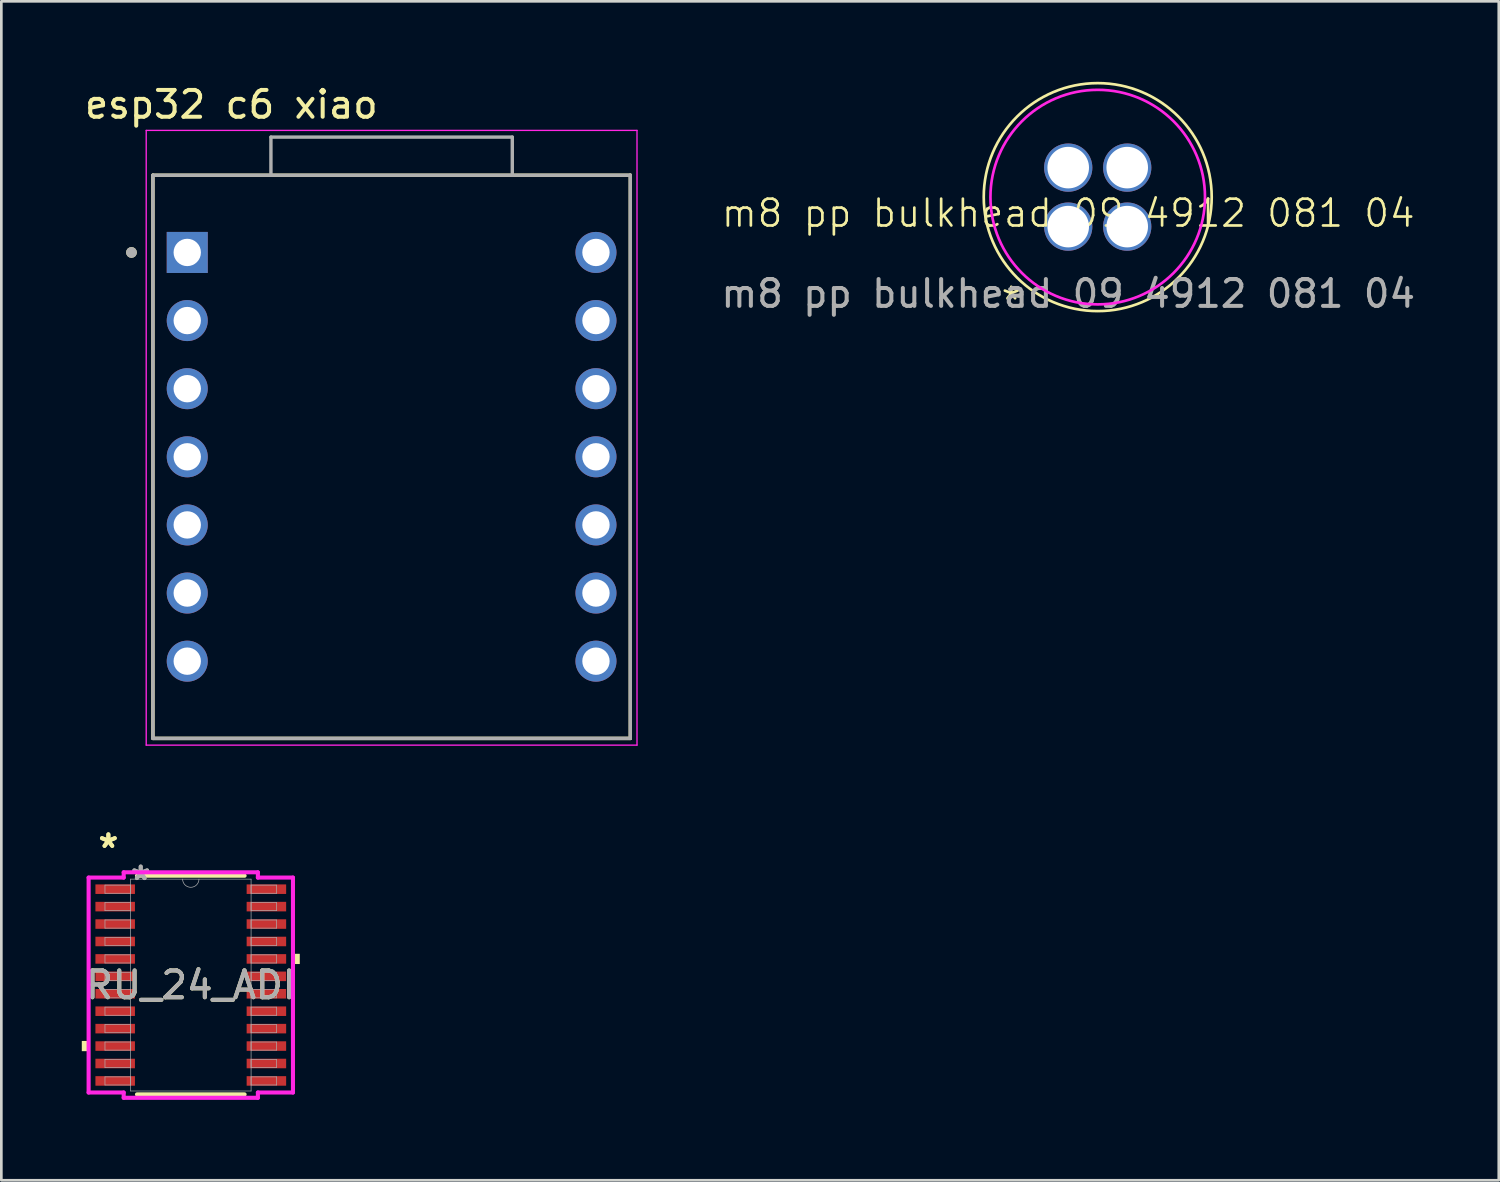
<source format=kicad_pcb>
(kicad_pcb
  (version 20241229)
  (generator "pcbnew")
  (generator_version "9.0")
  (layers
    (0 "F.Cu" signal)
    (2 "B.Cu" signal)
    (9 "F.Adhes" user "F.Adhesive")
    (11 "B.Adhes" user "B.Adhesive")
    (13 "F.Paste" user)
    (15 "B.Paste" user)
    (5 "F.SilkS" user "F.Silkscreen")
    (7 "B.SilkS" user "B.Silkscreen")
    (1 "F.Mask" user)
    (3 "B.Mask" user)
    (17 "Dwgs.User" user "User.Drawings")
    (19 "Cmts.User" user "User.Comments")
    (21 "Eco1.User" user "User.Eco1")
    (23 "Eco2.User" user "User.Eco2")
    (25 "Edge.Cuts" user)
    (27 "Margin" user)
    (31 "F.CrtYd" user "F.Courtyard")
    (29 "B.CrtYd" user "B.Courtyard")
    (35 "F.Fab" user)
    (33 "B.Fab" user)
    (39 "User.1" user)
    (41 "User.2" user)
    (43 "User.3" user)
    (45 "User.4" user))
  (footprint "m8 pp bulkhead 09 4912 081 04"
    (layer "F.Cu")
    (at 36.781 5.4)
    (property "Reference" "m8 pp bulkhead 09 4912 081 04" (at 0 -0.5 0) (unlocked yes) (layer "F.SilkS") (effects (font (size 1 1) (thickness 0.1))))
    (attr through_hole)
    (fp_circle (center 1.1 -1.1) (end 5.35 -1.1) (stroke (width 0.1) (type default)) (fill no) (layer "F.SilkS"))
    (fp_circle (center 1.1 -1.1) (end 5.1 -1.1) (stroke (width 0.1) (type default)) (fill no) (layer "F.CrtYd"))
    (fp_text user "*" (at -2.57 3.37 0) (unlocked yes) (layer "F.SilkS") (effects (font (size 1 1) (thickness 0.1)) (justify left bottom)))
    (fp_text user "${REFERENCE}" (at 0 2.5 0) (unlocked yes) (layer "F.Fab") (effects (font (size 1 1) (thickness 0.15))))
    (pad "1" thru_hole circle (at 0 0) (size 1.8 1.8) (drill 1.55) (layers "*.Cu" "*.Mask"))
    (pad "2" thru_hole circle (at 0 -2.2) (size 1.8 1.8) (drill 1.55) (layers "*.Cu" "*.Mask"))
    (pad "3" thru_hole circle (at 2.2 -2.2) (size 1.8 1.8) (drill 1.55) (layers "*.Cu" "*.Mask"))
    (pad "4" thru_hole circle (at 2.2 0) (size 1.8 1.8) (drill 1.55) (layers "*.Cu" "*.Mask")))
  (footprint "esp32 c6 xiao"
    (layer "F.Cu")
    (at 11.552 13.983)
    (property "Reference" "esp32 c6 xiao" (at -5.975 -13.135 0) (layer "F.SilkS") (effects (font (size 1 1) (thickness 0.15))))
    (attr through_hole)
    (fp_line (start -8.9 -10.5) (end -8.9 10.5) (stroke (width 0.127) (type solid)) (layer "F.SilkS"))
    (fp_line (start -8.9 10.5) (end 8.9 10.5) (stroke (width 0.127) (type solid)) (layer "F.SilkS"))
    (fp_line (start 8.9 -10.5) (end -8.9 -10.5) (stroke (width 0.127) (type solid)) (layer "F.SilkS"))
    (fp_line (start 8.9 10.5) (end 8.9 -10.5) (stroke (width 0.127) (type solid)) (layer "F.SilkS"))
    (fp_circle (center -9.7 -7.62) (end -9.6 -7.62) (stroke (width 0.2) (type solid)) (fill no) (layer "F.SilkS"))
    (fp_line (start -9.15 -12.17) (end 9.15 -12.17) (stroke (width 0.05) (type solid)) (layer "F.CrtYd"))
    (fp_line (start -9.15 10.75) (end -9.15 -12.17) (stroke (width 0.05) (type solid)) (layer "F.CrtYd"))
    (fp_line (start 9.15 -12.17) (end 9.15 10.75) (stroke (width 0.05) (type solid)) (layer "F.CrtYd"))
    (fp_line (start 9.15 10.75) (end -9.15 10.75) (stroke (width 0.05) (type solid)) (layer "F.CrtYd"))
    (fp_line (start -8.9 -10.5) (end -8.9 10.5) (stroke (width 0.127) (type solid)) (layer "F.Fab"))
    (fp_line (start -8.9 10.5) (end 8.9 10.5) (stroke (width 0.127) (type solid)) (layer "F.Fab"))
    (fp_line (start -4.5 -11.92) (end 4.5 -11.92) (stroke (width 0.127) (type solid)) (layer "F.Fab"))
    (fp_line (start -4.5 -10.5) (end -8.9 -10.5) (stroke (width 0.127) (type solid)) (layer "F.Fab"))
    (fp_line (start -4.5 -10.5) (end -4.5 -11.92) (stroke (width 0.127) (type solid)) (layer "F.Fab"))
    (fp_line (start 4.5 -11.92) (end 4.5 -10.5) (stroke (width 0.127) (type solid)) (layer "F.Fab"))
    (fp_line (start 4.5 -10.5) (end -4.5 -10.5) (stroke (width 0.127) (type solid)) (layer "F.Fab"))
    (fp_line (start 8.9 -10.5) (end 4.5 -10.5) (stroke (width 0.127) (type solid)) (layer "F.Fab"))
    (fp_line (start 8.9 -10.5) (end 8.9 10.5) (stroke (width 0.127) (type solid)) (layer "F.Fab"))
    (fp_circle (center -9.7 -7.62) (end -9.6 -7.62) (stroke (width 0.2) (type solid)) (fill no) (layer "F.Fab"))
    (pad "1" thru_hole rect (at -7.62 -7.62) (size 1.53 1.53) (drill 1.02) (layers "*.Cu" "*.Mask"))
    (pad "2" thru_hole circle (at -7.62 -5.08) (size 1.53 1.53) (drill 1.02) (layers "*.Cu" "*.Mask"))
    (pad "3" thru_hole circle (at -7.62 -2.54) (size 1.53 1.53) (drill 1.02) (layers "*.Cu" "*.Mask"))
    (pad "4" thru_hole circle (at -7.62 0) (size 1.53 1.53) (drill 1.02) (layers "*.Cu" "*.Mask"))
    (pad "5" thru_hole circle (at -7.62 2.54) (size 1.53 1.53) (drill 1.02) (layers "*.Cu" "*.Mask"))
    (pad "6" thru_hole circle (at -7.62 5.08) (size 1.53 1.53) (drill 1.02) (layers "*.Cu" "*.Mask"))
    (pad "7" thru_hole circle (at -7.62 7.62) (size 1.53 1.53) (drill 1.02) (layers "*.Cu" "*.Mask"))
    (pad "8" thru_hole circle (at 7.62 7.62) (size 1.53 1.53) (drill 1.02) (layers "*.Cu" "*.Mask"))
    (pad "9" thru_hole circle (at 7.62 5.08) (size 1.53 1.53) (drill 1.02) (layers "*.Cu" "*.Mask"))
    (pad "10" thru_hole circle (at 7.62 2.54) (size 1.53 1.53) (drill 1.02) (layers "*.Cu" "*.Mask"))
    (pad "11" thru_hole circle (at 7.62 0) (size 1.53 1.53) (drill 1.02) (layers "*.Cu" "*.Mask"))
    (pad "12" thru_hole circle (at 7.62 -2.54) (size 1.53 1.53) (drill 1.02) (layers "*.Cu" "*.Mask"))
    (pad "13" thru_hole circle (at 7.62 -5.08) (size 1.53 1.53) (drill 1.02) (layers "*.Cu" "*.Mask"))
    (pad "14" thru_hole circle (at 7.62 -7.62) (size 1.53 1.53) (drill 1.02) (layers "*.Cu" "*.Mask")))
  (footprint "RU_24_ADI"
    (layer "F.Cu")
    (at 4.064 33.68)
    (property "Reference" "RU_24_ADI" (at 0 0 0) (unlocked yes) (layer "F.SilkS") (effects (font (size 1 1) (thickness 0.15))))
    (attr smd)
    (fp_line (start -2.007 4.077) (end 2.007 4.077) (stroke (width 0.152) (type solid)) (layer "F.SilkS"))
    (fp_line (start 2.007 -4.077) (end -2.007 -4.077) (stroke (width 0.152) (type solid)) (layer "F.SilkS"))
    (fp_poly (pts (xy -4.064 2.084) (xy -4.064 2.465) (xy -3.81 2.465) (xy -3.81 2.084)) (stroke (width 0) (type solid)) (fill yes) (layer "F.SilkS"))
    (fp_poly (pts (xy 4.064 -1.165) (xy 4.064 -0.784) (xy 3.81 -0.784) (xy 3.81 -1.165)) (stroke (width 0) (type solid)) (fill yes) (layer "F.SilkS"))
    (fp_line (start -3.81 -4.007) (end -2.502 -4.007) (stroke (width 0.152) (type solid)) (layer "F.CrtYd"))
    (fp_line (start -3.81 4.007) (end -3.81 -4.007) (stroke (width 0.152) (type solid)) (layer "F.CrtYd"))
    (fp_line (start -3.81 4.007) (end -2.502 4.007) (stroke (width 0.152) (type solid)) (layer "F.CrtYd"))
    (fp_line (start -2.502 -4.204) (end 2.502 -4.204) (stroke (width 0.152) (type solid)) (layer "F.CrtYd"))
    (fp_line (start -2.502 -4.007) (end -2.502 -4.204) (stroke (width 0.152) (type solid)) (layer "F.CrtYd"))
    (fp_line (start -2.502 4.204) (end -2.502 4.007) (stroke (width 0.152) (type solid)) (layer "F.CrtYd"))
    (fp_line (start 2.502 -4.204) (end 2.502 -4.007) (stroke (width 0.152) (type solid)) (layer "F.CrtYd"))
    (fp_line (start 2.502 4.007) (end 2.502 4.204) (stroke (width 0.152) (type solid)) (layer "F.CrtYd"))
    (fp_line (start 2.502 4.204) (end -2.502 4.204) (stroke (width 0.152) (type solid)) (layer "F.CrtYd"))
    (fp_line (start 3.81 -4.007) (end 2.502 -4.007) (stroke (width 0.152) (type solid)) (layer "F.CrtYd"))
    (fp_line (start 3.81 -4.007) (end 3.81 4.007) (stroke (width 0.152) (type solid)) (layer "F.CrtYd"))
    (fp_line (start 3.81 4.007) (end 2.502 4.007) (stroke (width 0.152) (type solid)) (layer "F.CrtYd"))
    (fp_line (start -3.2 -3.727) (end -3.2 -3.423) (stroke (width 0.025) (type solid)) (layer "F.Fab"))
    (fp_line (start -3.2 -3.423) (end -2.248 -3.423) (stroke (width 0.025) (type solid)) (layer "F.Fab"))
    (fp_line (start -3.2 -3.077) (end -3.2 -2.773) (stroke (width 0.025) (type solid)) (layer "F.Fab"))
    (fp_line (start -3.2 -2.773) (end -2.248 -2.773) (stroke (width 0.025) (type solid)) (layer "F.Fab"))
    (fp_line (start -3.2 -2.427) (end -3.2 -2.123) (stroke (width 0.025) (type solid)) (layer "F.Fab"))
    (fp_line (start -3.2 -2.123) (end -2.248 -2.123) (stroke (width 0.025) (type solid)) (layer "F.Fab"))
    (fp_line (start -3.2 -1.777) (end -3.2 -1.473) (stroke (width 0.025) (type solid)) (layer "F.Fab"))
    (fp_line (start -3.2 -1.473) (end -2.248 -1.473) (stroke (width 0.025) (type solid)) (layer "F.Fab"))
    (fp_line (start -3.2 -1.127) (end -3.2 -0.823) (stroke (width 0.025) (type solid)) (layer "F.Fab"))
    (fp_line (start -3.2 -0.823) (end -2.248 -0.823) (stroke (width 0.025) (type solid)) (layer "F.Fab"))
    (fp_line (start -3.2 -0.477) (end -3.2 -0.173) (stroke (width 0.025) (type solid)) (layer "F.Fab"))
    (fp_line (start -3.2 -0.173) (end -2.248 -0.173) (stroke (width 0.025) (type solid)) (layer "F.Fab"))
    (fp_line (start -3.2 0.173) (end -3.2 0.477) (stroke (width 0.025) (type solid)) (layer "F.Fab"))
    (fp_line (start -3.2 0.477) (end -2.248 0.477) (stroke (width 0.025) (type solid)) (layer "F.Fab"))
    (fp_line (start -3.2 0.823) (end -3.2 1.127) (stroke (width 0.025) (type solid)) (layer "F.Fab"))
    (fp_line (start -3.2 1.127) (end -2.248 1.127) (stroke (width 0.025) (type solid)) (layer "F.Fab"))
    (fp_line (start -3.2 1.473) (end -3.2 1.777) (stroke (width 0.025) (type solid)) (layer "F.Fab"))
    (fp_line (start -3.2 1.777) (end -2.248 1.777) (stroke (width 0.025) (type solid)) (layer "F.Fab"))
    (fp_line (start -3.2 2.123) (end -3.2 2.427) (stroke (width 0.025) (type solid)) (layer "F.Fab"))
    (fp_line (start -3.2 2.427) (end -2.248 2.427) (stroke (width 0.025) (type solid)) (layer "F.Fab"))
    (fp_line (start -3.2 2.773) (end -3.2 3.077) (stroke (width 0.025) (type solid)) (layer "F.Fab"))
    (fp_line (start -3.2 3.077) (end -2.248 3.077) (stroke (width 0.025) (type solid)) (layer "F.Fab"))
    (fp_line (start -3.2 3.423) (end -3.2 3.727) (stroke (width 0.025) (type solid)) (layer "F.Fab"))
    (fp_line (start -3.2 3.727) (end -2.248 3.727) (stroke (width 0.025) (type solid)) (layer "F.Fab"))
    (fp_line (start -2.248 -3.95) (end -2.248 3.95) (stroke (width 0.025) (type solid)) (layer "F.Fab"))
    (fp_line (start -2.248 -3.727) (end -3.2 -3.727) (stroke (width 0.025) (type solid)) (layer "F.Fab"))
    (fp_line (start -2.248 -3.423) (end -2.248 -3.727) (stroke (width 0.025) (type solid)) (layer "F.Fab"))
    (fp_line (start -2.248 -3.077) (end -3.2 -3.077) (stroke (width 0.025) (type solid)) (layer "F.Fab"))
    (fp_line (start -2.248 -2.773) (end -2.248 -3.077) (stroke (width 0.025) (type solid)) (layer "F.Fab"))
    (fp_line (start -2.248 -2.427) (end -3.2 -2.427) (stroke (width 0.025) (type solid)) (layer "F.Fab"))
    (fp_line (start -2.248 -2.123) (end -2.248 -2.427) (stroke (width 0.025) (type solid)) (layer "F.Fab"))
    (fp_line (start -2.248 -1.777) (end -3.2 -1.777) (stroke (width 0.025) (type solid)) (layer "F.Fab"))
    (fp_line (start -2.248 -1.473) (end -2.248 -1.777) (stroke (width 0.025) (type solid)) (layer "F.Fab"))
    (fp_line (start -2.248 -1.127) (end -3.2 -1.127) (stroke (width 0.025) (type solid)) (layer "F.Fab"))
    (fp_line (start -2.248 -0.823) (end -2.248 -1.127) (stroke (width 0.025) (type solid)) (layer "F.Fab"))
    (fp_line (start -2.248 -0.477) (end -3.2 -0.477) (stroke (width 0.025) (type solid)) (layer "F.Fab"))
    (fp_line (start -2.248 -0.173) (end -2.248 -0.477) (stroke (width 0.025) (type solid)) (layer "F.Fab"))
    (fp_line (start -2.248 0.173) (end -3.2 0.173) (stroke (width 0.025) (type solid)) (layer "F.Fab"))
    (fp_line (start -2.248 0.477) (end -2.248 0.173) (stroke (width 0.025) (type solid)) (layer "F.Fab"))
    (fp_line (start -2.248 0.823) (end -3.2 0.823) (stroke (width 0.025) (type solid)) (layer "F.Fab"))
    (fp_line (start -2.248 1.127) (end -2.248 0.823) (stroke (width 0.025) (type solid)) (layer "F.Fab"))
    (fp_line (start -2.248 1.473) (end -3.2 1.473) (stroke (width 0.025) (type solid)) (layer "F.Fab"))
    (fp_line (start -2.248 1.777) (end -2.248 1.473) (stroke (width 0.025) (type solid)) (layer "F.Fab"))
    (fp_line (start -2.248 2.123) (end -3.2 2.123) (stroke (width 0.025) (type solid)) (layer "F.Fab"))
    (fp_line (start -2.248 2.427) (end -2.248 2.123) (stroke (width 0.025) (type solid)) (layer "F.Fab"))
    (fp_line (start -2.248 2.773) (end -3.2 2.773) (stroke (width 0.025) (type solid)) (layer "F.Fab"))
    (fp_line (start -2.248 3.077) (end -2.248 2.773) (stroke (width 0.025) (type solid)) (layer "F.Fab"))
    (fp_line (start -2.248 3.423) (end -3.2 3.423) (stroke (width 0.025) (type solid)) (layer "F.Fab"))
    (fp_line (start -2.248 3.727) (end -2.248 3.423) (stroke (width 0.025) (type solid)) (layer "F.Fab"))
    (fp_line (start -2.248 3.95) (end 2.248 3.95) (stroke (width 0.025) (type solid)) (layer "F.Fab"))
    (fp_line (start 2.248 -3.95) (end -2.248 -3.95) (stroke (width 0.025) (type solid)) (layer "F.Fab"))
    (fp_line (start 2.248 -3.727) (end 2.248 -3.423) (stroke (width 0.025) (type solid)) (layer "F.Fab"))
    (fp_line (start 2.248 -3.423) (end 3.2 -3.423) (stroke (width 0.025) (type solid)) (layer "F.Fab"))
    (fp_line (start 2.248 -3.077) (end 2.248 -2.773) (stroke (width 0.025) (type solid)) (layer "F.Fab"))
    (fp_line (start 2.248 -2.773) (end 3.2 -2.773) (stroke (width 0.025) (type solid)) (layer "F.Fab"))
    (fp_line (start 2.248 -2.427) (end 2.248 -2.123) (stroke (width 0.025) (type solid)) (layer "F.Fab"))
    (fp_line (start 2.248 -2.123) (end 3.2 -2.123) (stroke (width 0.025) (type solid)) (layer "F.Fab"))
    (fp_line (start 2.248 -1.777) (end 2.248 -1.473) (stroke (width 0.025) (type solid)) (layer "F.Fab"))
    (fp_line (start 2.248 -1.473) (end 3.2 -1.473) (stroke (width 0.025) (type solid)) (layer "F.Fab"))
    (fp_line (start 2.248 -1.127) (end 2.248 -0.823) (stroke (width 0.025) (type solid)) (layer "F.Fab"))
    (fp_line (start 2.248 -0.823) (end 3.2 -0.823) (stroke (width 0.025) (type solid)) (layer "F.Fab"))
    (fp_line (start 2.248 -0.477) (end 2.248 -0.173) (stroke (width 0.025) (type solid)) (layer "F.Fab"))
    (fp_line (start 2.248 -0.173) (end 3.2 -0.173) (stroke (width 0.025) (type solid)) (layer "F.Fab"))
    (fp_line (start 2.248 0.173) (end 2.248 0.477) (stroke (width 0.025) (type solid)) (layer "F.Fab"))
    (fp_line (start 2.248 0.477) (end 3.2 0.477) (stroke (width 0.025) (type solid)) (layer "F.Fab"))
    (fp_line (start 2.248 0.823) (end 2.248 1.127) (stroke (width 0.025) (type solid)) (layer "F.Fab"))
    (fp_line (start 2.248 1.127) (end 3.2 1.127) (stroke (width 0.025) (type solid)) (layer "F.Fab"))
    (fp_line (start 2.248 1.473) (end 2.248 1.777) (stroke (width 0.025) (type solid)) (layer "F.Fab"))
    (fp_line (start 2.248 1.777) (end 3.2 1.777) (stroke (width 0.025) (type solid)) (layer "F.Fab"))
    (fp_line (start 2.248 2.123) (end 2.248 2.427) (stroke (width 0.025) (type solid)) (layer "F.Fab"))
    (fp_line (start 2.248 2.427) (end 3.2 2.427) (stroke (width 0.025) (type solid)) (layer "F.Fab"))
    (fp_line (start 2.248 2.773) (end 2.248 3.077) (stroke (width 0.025) (type solid)) (layer "F.Fab"))
    (fp_line (start 2.248 3.077) (end 3.2 3.077) (stroke (width 0.025) (type solid)) (layer "F.Fab"))
    (fp_line (start 2.248 3.423) (end 2.248 3.727) (stroke (width 0.025) (type solid)) (layer "F.Fab"))
    (fp_line (start 2.248 3.727) (end 3.2 3.727) (stroke (width 0.025) (type solid)) (layer "F.Fab"))
    (fp_line (start 2.248 3.95) (end 2.248 -3.95) (stroke (width 0.025) (type solid)) (layer "F.Fab"))
    (fp_line (start 3.2 -3.727) (end 2.248 -3.727) (stroke (width 0.025) (type solid)) (layer "F.Fab"))
    (fp_line (start 3.2 -3.423) (end 3.2 -3.727) (stroke (width 0.025) (type solid)) (layer "F.Fab"))
    (fp_line (start 3.2 -3.077) (end 2.248 -3.077) (stroke (width 0.025) (type solid)) (layer "F.Fab"))
    (fp_line (start 3.2 -2.773) (end 3.2 -3.077) (stroke (width 0.025) (type solid)) (layer "F.Fab"))
    (fp_line (start 3.2 -2.427) (end 2.248 -2.427) (stroke (width 0.025) (type solid)) (layer "F.Fab"))
    (fp_line (start 3.2 -2.123) (end 3.2 -2.427) (stroke (width 0.025) (type solid)) (layer "F.Fab"))
    (fp_line (start 3.2 -1.777) (end 2.248 -1.777) (stroke (width 0.025) (type solid)) (layer "F.Fab"))
    (fp_line (start 3.2 -1.473) (end 3.2 -1.777) (stroke (width 0.025) (type solid)) (layer "F.Fab"))
    (fp_line (start 3.2 -1.127) (end 2.248 -1.127) (stroke (width 0.025) (type solid)) (layer "F.Fab"))
    (fp_line (start 3.2 -0.823) (end 3.2 -1.127) (stroke (width 0.025) (type solid)) (layer "F.Fab"))
    (fp_line (start 3.2 -0.477) (end 2.248 -0.477) (stroke (width 0.025) (type solid)) (layer "F.Fab"))
    (fp_line (start 3.2 -0.173) (end 3.2 -0.477) (stroke (width 0.025) (type solid)) (layer "F.Fab"))
    (fp_line (start 3.2 0.173) (end 2.248 0.173) (stroke (width 0.025) (type solid)) (layer "F.Fab"))
    (fp_line (start 3.2 0.477) (end 3.2 0.173) (stroke (width 0.025) (type solid)) (layer "F.Fab"))
    (fp_line (start 3.2 0.823) (end 2.248 0.823) (stroke (width 0.025) (type solid)) (layer "F.Fab"))
    (fp_line (start 3.2 1.127) (end 3.2 0.823) (stroke (width 0.025) (type solid)) (layer "F.Fab"))
    (fp_line (start 3.2 1.473) (end 2.248 1.473) (stroke (width 0.025) (type solid)) (layer "F.Fab"))
    (fp_line (start 3.2 1.777) (end 3.2 1.473) (stroke (width 0.025) (type solid)) (layer "F.Fab"))
    (fp_line (start 3.2 2.123) (end 2.248 2.123) (stroke (width 0.025) (type solid)) (layer "F.Fab"))
    (fp_line (start 3.2 2.427) (end 3.2 2.123) (stroke (width 0.025) (type solid)) (layer "F.Fab"))
    (fp_line (start 3.2 2.773) (end 2.248 2.773) (stroke (width 0.025) (type solid)) (layer "F.Fab"))
    (fp_line (start 3.2 3.077) (end 3.2 2.773) (stroke (width 0.025) (type solid)) (layer "F.Fab"))
    (fp_line (start 3.2 3.423) (end 2.248 3.423) (stroke (width 0.025) (type solid)) (layer "F.Fab"))
    (fp_line (start 3.2 3.727) (end 3.2 3.423) (stroke (width 0.025) (type solid)) (layer "F.Fab"))
    (fp_arc (start 0.3048 -3.9497) (mid 0 -3.6449) (end -0.3048 -3.9497) (stroke (width 0.0254) (type solid)) (layer "F.Fab"))
    (fp_text user "*" (at -3.073 -5.074 0) (unlocked yes) (layer "F.SilkS") (effects (font (size 1 1) (thickness 0.15))))
    (fp_text user "*" (at -3.073 -5.074 0) (layer "F.SilkS") (effects (font (size 1 1) (thickness 0.15))))
    (fp_text user "*" (at -1.867 -3.873 0) (unlocked yes) (layer "F.Fab") (effects (font (size 1 1) (thickness 0.15))))
    (fp_text user "*" (at -1.867 -3.873 0) (layer "F.Fab") (effects (font (size 1 1) (thickness 0.15))))
    (fp_text user "${REFERENCE}" (at 0 0 0) (unlocked yes) (layer "F.Fab") (effects (font (size 1 1) (thickness 0.15))))
    (pad "1" smd rect (at -2.819 -3.575) (size 1.473 0.356) (layers "F.Cu" "F.Mask" "F.Paste"))
    (pad "2" smd rect (at -2.819 -2.925) (size 1.473 0.356) (layers "F.Cu" "F.Mask" "F.Paste"))
    (pad "3" smd rect (at -2.819 -2.275) (size 1.473 0.356) (layers "F.Cu" "F.Mask" "F.Paste"))
    (pad "4" smd rect (at -2.819 -1.625) (size 1.473 0.356) (layers "F.Cu" "F.Mask" "F.Paste"))
    (pad "5" smd rect (at -2.819 -0.975) (size 1.473 0.356) (layers "F.Cu" "F.Mask" "F.Paste"))
    (pad "6" smd rect (at -2.819 -0.325) (size 1.473 0.356) (layers "F.Cu" "F.Mask" "F.Paste"))
    (pad "7" smd rect (at -2.819 0.325) (size 1.473 0.356) (layers "F.Cu" "F.Mask" "F.Paste"))
    (pad "8" smd rect (at -2.819 0.975) (size 1.473 0.356) (layers "F.Cu" "F.Mask" "F.Paste"))
    (pad "9" smd rect (at -2.819 1.625) (size 1.473 0.356) (layers "F.Cu" "F.Mask" "F.Paste"))
    (pad "10" smd rect (at -2.819 2.275) (size 1.473 0.356) (layers "F.Cu" "F.Mask" "F.Paste"))
    (pad "11" smd rect (at -2.819 2.925) (size 1.473 0.356) (layers "F.Cu" "F.Mask" "F.Paste"))
    (pad "12" smd rect (at -2.819 3.575) (size 1.473 0.356) (layers "F.Cu" "F.Mask" "F.Paste"))
    (pad "13" smd rect (at 2.819 3.575) (size 1.473 0.356) (layers "F.Cu" "F.Mask" "F.Paste"))
    (pad "14" smd rect (at 2.819 2.925) (size 1.473 0.356) (layers "F.Cu" "F.Mask" "F.Paste"))
    (pad "15" smd rect (at 2.819 2.275) (size 1.473 0.356) (layers "F.Cu" "F.Mask" "F.Paste"))
    (pad "16" smd rect (at 2.819 1.625) (size 1.473 0.356) (layers "F.Cu" "F.Mask" "F.Paste"))
    (pad "17" smd rect (at 2.819 0.975) (size 1.473 0.356) (layers "F.Cu" "F.Mask" "F.Paste"))
    (pad "18" smd rect (at 2.819 0.325) (size 1.473 0.356) (layers "F.Cu" "F.Mask" "F.Paste"))
    (pad "19" smd rect (at 2.819 -0.325) (size 1.473 0.356) (layers "F.Cu" "F.Mask" "F.Paste"))
    (pad "20" smd rect (at 2.819 -0.975) (size 1.473 0.356) (layers "F.Cu" "F.Mask" "F.Paste"))
    (pad "21" smd rect (at 2.819 -1.625) (size 1.473 0.356) (layers "F.Cu" "F.Mask" "F.Paste"))
    (pad "22" smd rect (at 2.819 -2.275) (size 1.473 0.356) (layers "F.Cu" "F.Mask" "F.Paste"))
    (pad "23" smd rect (at 2.819 -2.925) (size 1.473 0.356) (layers "F.Cu" "F.Mask" "F.Paste"))
    (pad "24" smd rect (at 2.819 -3.575) (size 1.473 0.356) (layers "F.Cu" "F.Mask" "F.Paste")))
  (gr_rect
    (start -3 -3)
    (end 52.835 40.96)
    (stroke (width 0.1) (type default))
    (fill no)
    (layer "Edge.Cuts")))
</source>
